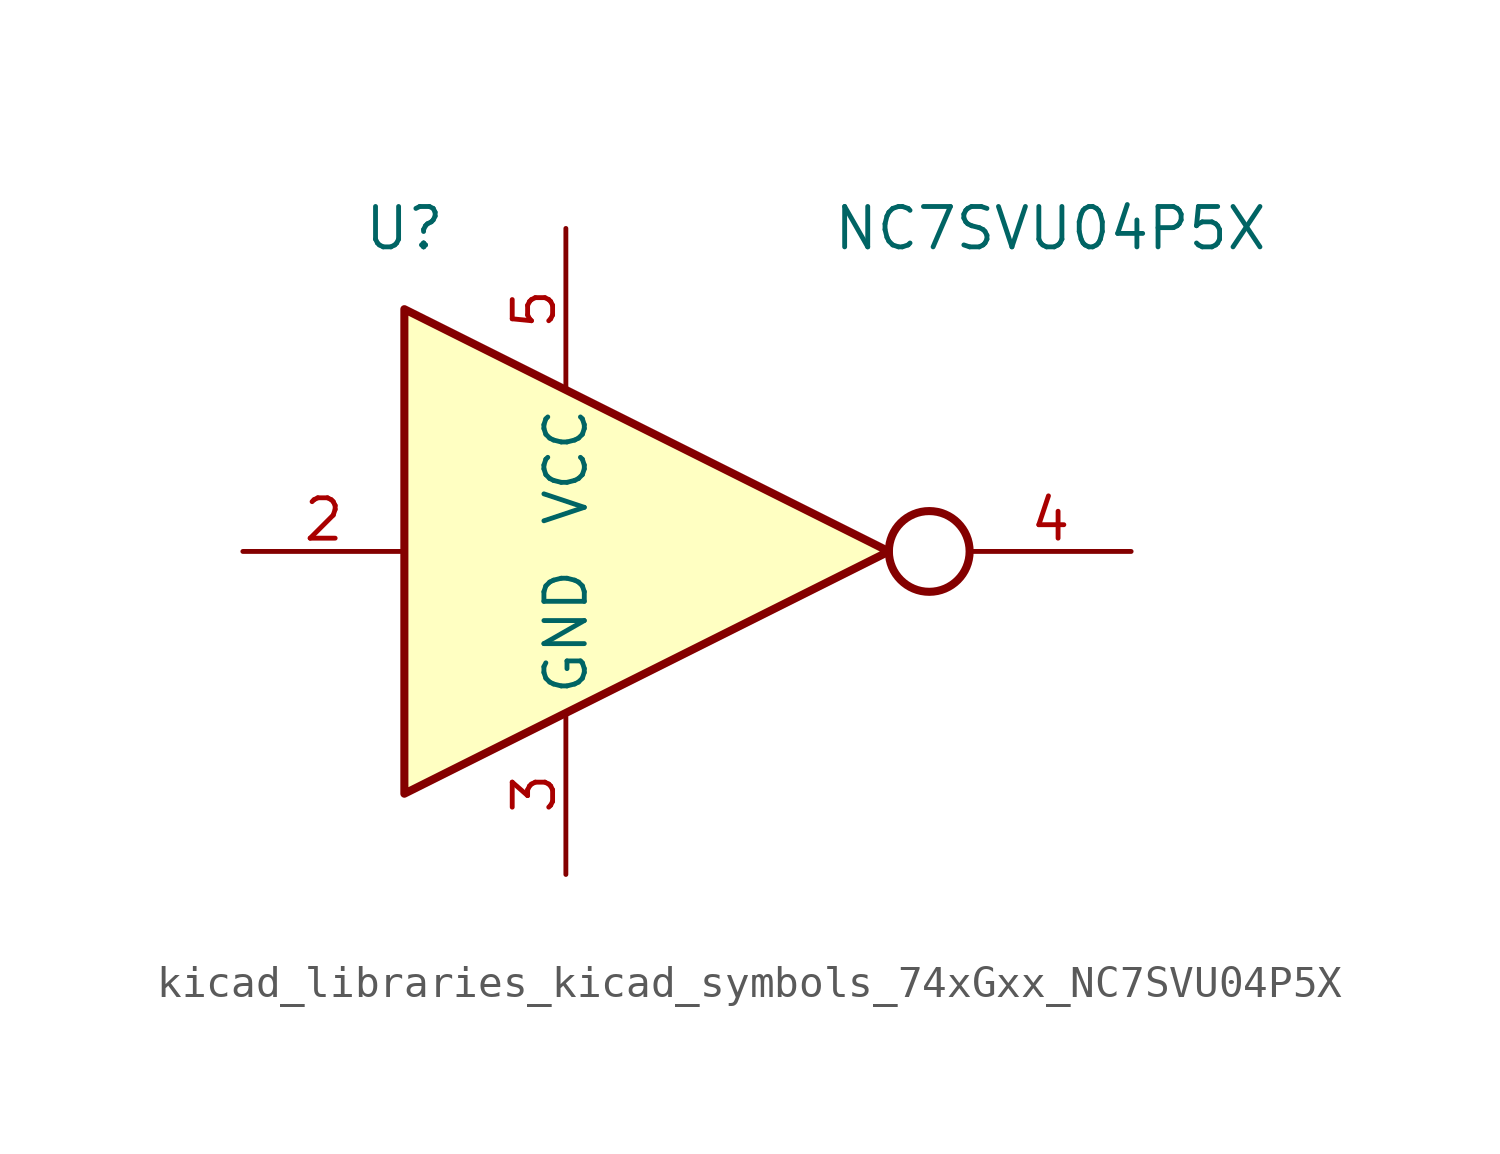
<source format=kicad_sym>
(kicad_symbol_lib
  (version 20220914)
  (generator kicad_symbol_editor)
  (symbol "kicad_libraries_kicad_symbols_74xGxx_NC7SVU04P5X"
    (property "Reference" "U"
      (at -5.08 10.16 0)
      (effects (font (size 1.27 1.27))))
    (property "Value" "NC7SVU04P5X"
      (at 15.24 10.16 0)
      (effects (font (size 1.27 1.27))))
    (symbol "kicad_libraries_kicad_symbols_74xGxx_NC7SVU04P5X_0_1"
      (polyline (pts (xy -5.08 7.62) (xy -5.08 -7.62) (xy 10.16 0) (xy -5.08 7.62)) (stroke (width 0.254) (type default)) (fill (type background)))
      (circle (center 11.43 0) (radius 1.27) (stroke (width 0.254) (type default)) (fill (type none))))
    (symbol "kicad_libraries_kicad_symbols_74xGxx_NC7SVU04P5X_1_1"
      (pin no_connect line (at 10.16 0 180) (length 5.08) hide (name "NC" (effects (font (size 1.27 1.27)))) (number "1" (effects (font (size 1.27 1.27)))))
      (pin input line (at -10.16 0 0) (length 5.08) (name "~" (effects (font (size 1.27 1.27)))) (number "2" (effects (font (size 1.27 1.27)))))
      (pin power_in line (at 0 -10.16 90) (length 5.08) (name "GND" (effects (font (size 1.27 1.27)))) (number "3" (effects (font (size 1.27 1.27)))))
      (pin output line (at 17.78 0 180) (length 5.08) (name "~" (effects (font (size 1.27 1.27)))) (number "4" (effects (font (size 1.27 1.27)))))
      (pin power_in line (at 0 10.16 270) (length 5.08) (name "VCC" (effects (font (size 1.27 1.27)))) (number "5" (effects (font (size 1.27 1.27))))))))
</source>
